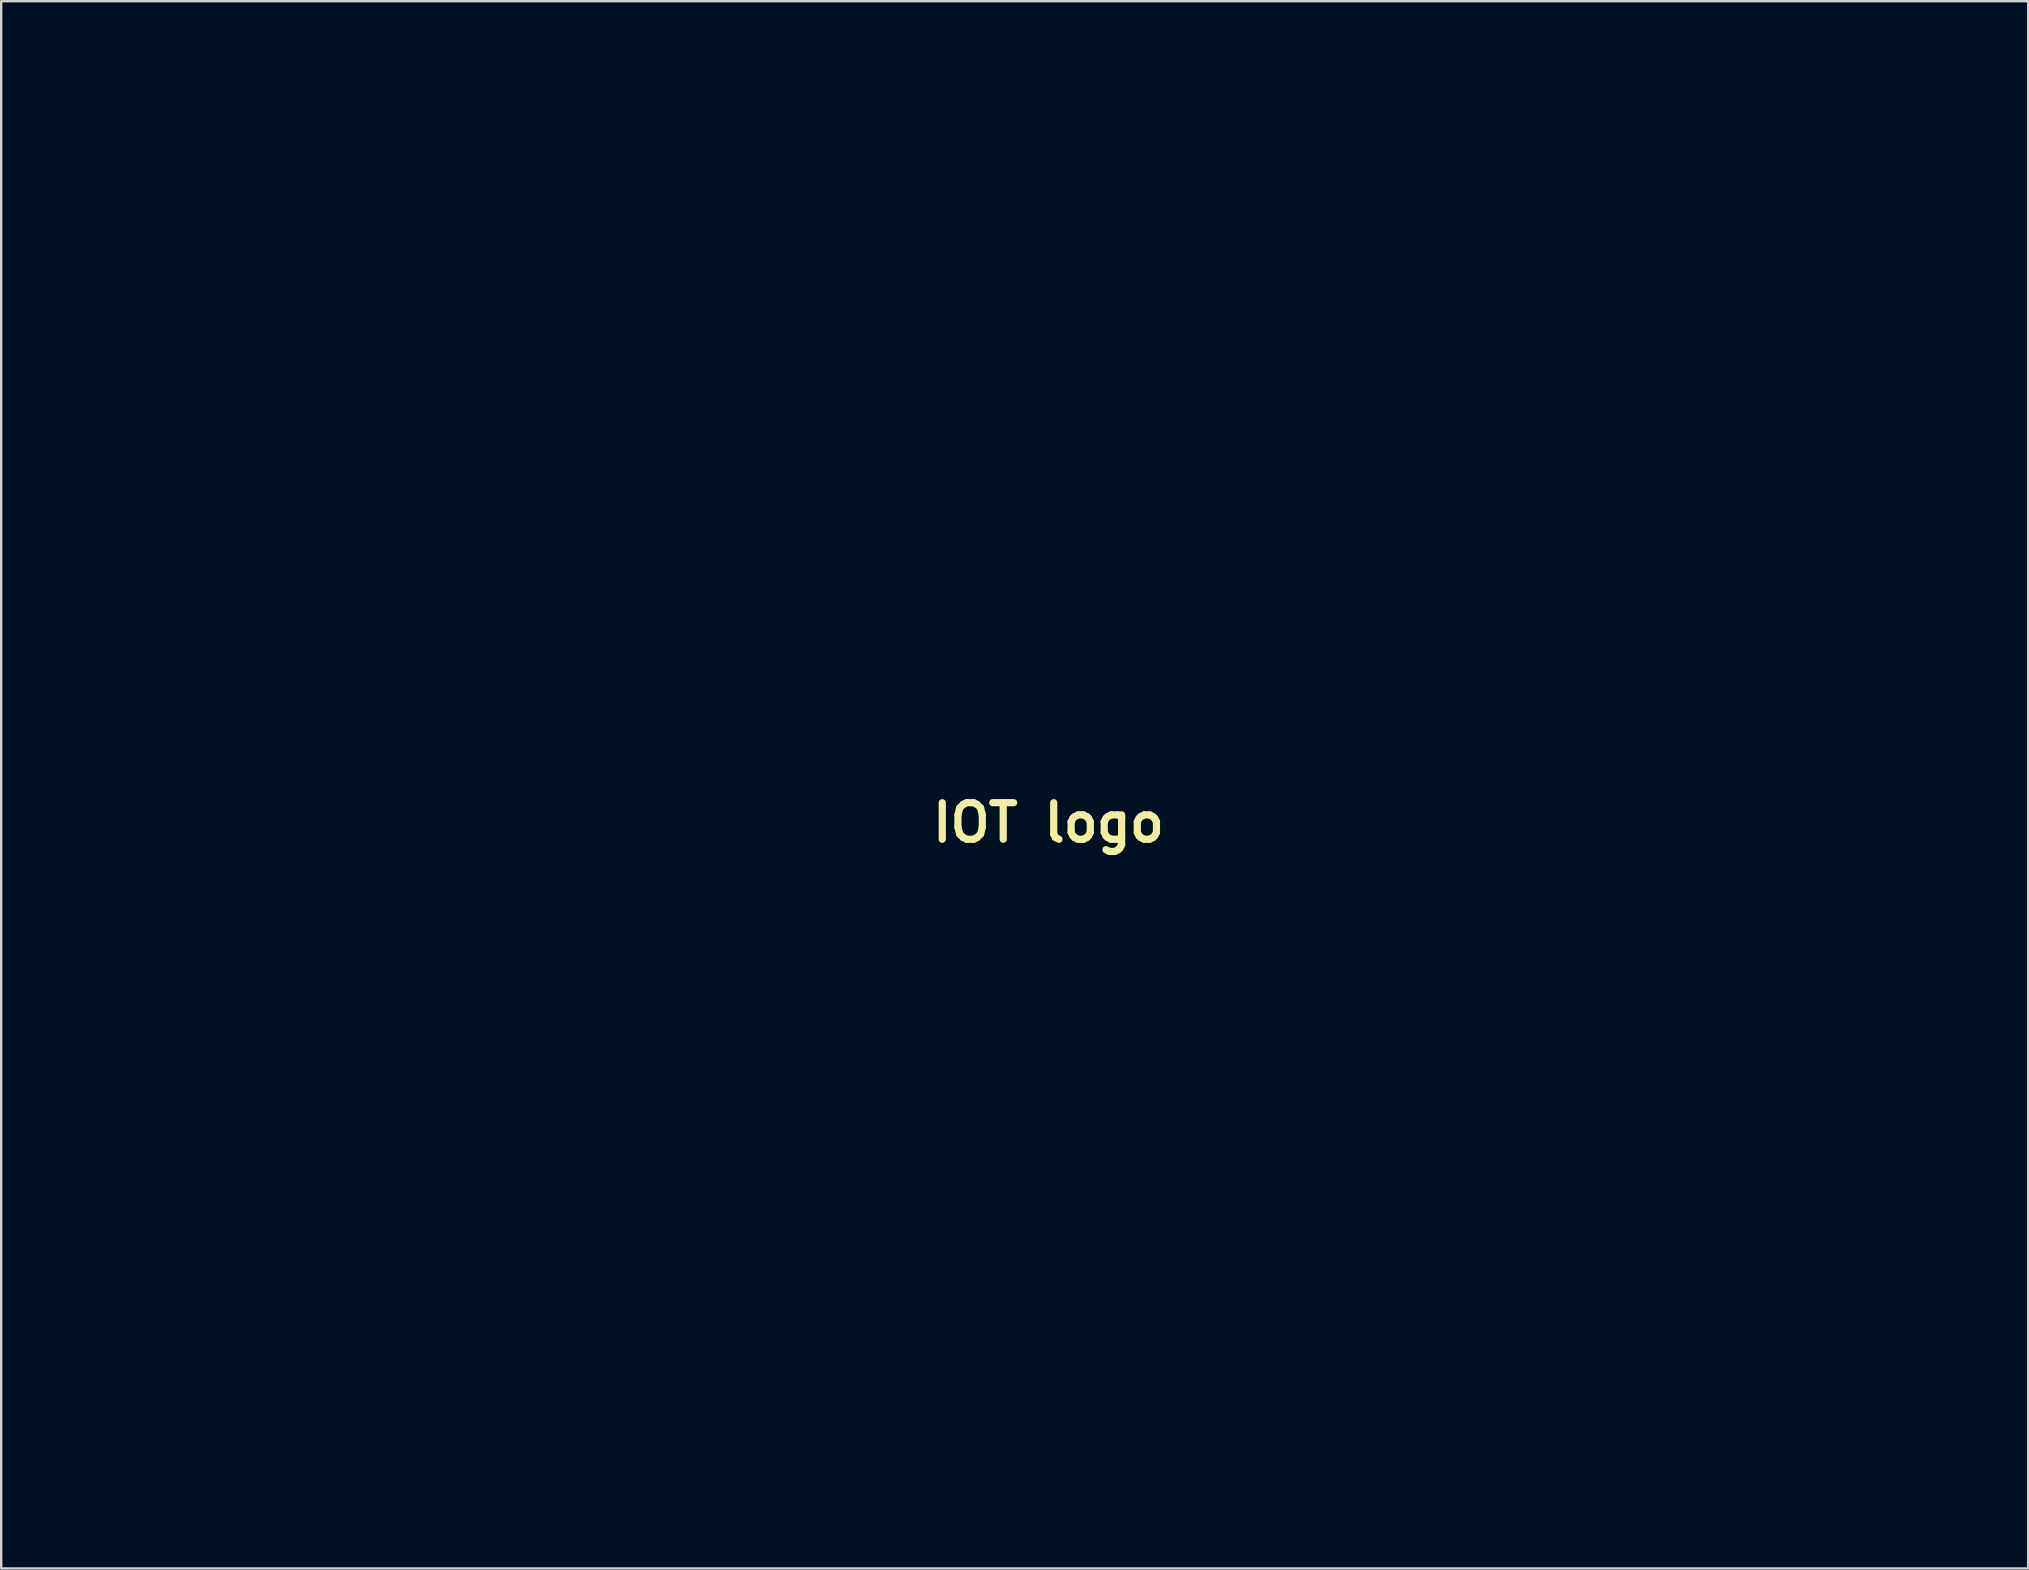
<source format=kicad_pcb>
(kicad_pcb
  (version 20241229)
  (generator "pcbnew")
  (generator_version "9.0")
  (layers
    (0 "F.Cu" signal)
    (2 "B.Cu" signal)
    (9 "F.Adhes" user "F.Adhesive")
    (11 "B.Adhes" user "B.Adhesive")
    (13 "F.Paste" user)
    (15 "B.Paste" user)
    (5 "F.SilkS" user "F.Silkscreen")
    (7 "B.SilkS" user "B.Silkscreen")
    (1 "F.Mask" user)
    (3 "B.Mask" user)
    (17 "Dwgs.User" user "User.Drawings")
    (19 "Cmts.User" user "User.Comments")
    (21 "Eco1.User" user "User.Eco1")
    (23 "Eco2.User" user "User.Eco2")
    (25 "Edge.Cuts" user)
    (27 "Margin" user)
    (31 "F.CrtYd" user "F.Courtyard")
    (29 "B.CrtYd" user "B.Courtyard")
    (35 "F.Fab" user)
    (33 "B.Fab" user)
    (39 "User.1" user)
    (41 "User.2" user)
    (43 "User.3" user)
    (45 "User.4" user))
  (footprint "IOT logo"
    (layer "F.Cu")
    (at 40.645 31.236)
    (property "Reference" "IOT logo" (at 0 0 0) (layer "F.SilkS") (effects (font (size 1.524 1.524) (thickness 0.3))))
    (attr through_hole)
    (fp_poly (pts (xy -4.342 23.463) (xy -3.863 23.65) (xy -3.81 23.729) (xy -3.913 23.932) (xy -4.433 24.038) (xy -5.214 24.063) (xy -6.122 24.026) (xy -6.562 23.903) (xy -6.617 23.729) (xy -6.282 23.509) (xy -5.522 23.402) (xy -5.214 23.395) (xy -4.342 23.463)) (stroke (width 0.01) (type solid)) (fill no) (layer "Eco2.User"))
    (fp_poly (pts (xy -38.016 16.154) (xy -37.681 16.319) (xy -37.262 16.8) (xy -37.193 17.445) (xy -37.476 18.019) (xy -37.681 18.172) (xy -38.197 18.409) (xy -38.53 18.347) (xy -38.883 18.028) (xy -39.224 17.536) (xy -39.303 17.245) (xy -39.14 16.824) (xy -38.778 16.35) (xy -38.407 16.059) (xy -38.331 16.042) (xy -38.016 16.154)) (stroke (width 0.01) (type solid)) (fill no) (layer "Eco2.User"))
    (fp_poly (pts (xy -38.015 19.547) (xy -37.866 19.693) (xy -37.773 20.039) (xy -37.723 20.671) (xy -37.703 21.675) (xy -37.699 22.994) (xy -37.703 24.413) (xy -37.726 25.382) (xy -37.779 25.987) (xy -37.876 26.313) (xy -38.031 26.446) (xy -38.234 26.469) (xy -38.452 26.44) (xy -38.601 26.295) (xy -38.694 25.948) (xy -38.744 25.316) (xy -38.765 24.312) (xy -38.768 22.994) (xy -38.764 21.575) (xy -38.742 20.605) (xy -38.688 20) (xy -38.591 19.674) (xy -38.437 19.542) (xy -38.234 19.518) (xy -38.015 19.547)) (stroke (width 0.01) (type solid)) (fill no) (layer "Eco2.User"))
    (fp_poly (pts (xy 6.852 19.646) (xy 8.167 20.046) (xy 9.065 20.738) (xy 9.576 21.743) (xy 9.727 22.994) (xy 9.556 24.313) (xy 9.023 25.299) (xy 8.101 25.973) (xy 6.76 26.356) (xy 5.093 26.469) (xy 2.941 26.469) (xy 2.941 20.32) (xy 4.011 20.32) (xy 4.011 25.667) (xy 5.361 25.667) (xy 6.318 25.591) (xy 7.174 25.397) (xy 7.448 25.286) (xy 8.216 24.623) (xy 8.713 23.678) (xy 8.823 22.994) (xy 8.589 21.892) (xy 7.918 21.056) (xy 6.856 20.521) (xy 5.448 20.321) (xy 5.361 20.32) (xy 4.011 20.32) (xy 2.941 20.32) (xy 2.941 19.518) (xy 5.093 19.518) (xy 6.852 19.646)) (stroke (width 0.01) (type solid)) (fill no) (layer "Eco2.User"))
    (fp_poly (pts (xy -13.656 19.529) (xy -12.789 19.571) (xy -12.287 19.656) (xy -12.066 19.794) (xy -12.032 19.919) (xy -12.189 20.183) (xy -12.724 20.304) (xy -13.235 20.32) (xy -14.438 20.32) (xy -14.438 23.395) (xy -14.444 24.716) (xy -14.471 25.593) (xy -14.536 26.116) (xy -14.655 26.376) (xy -14.842 26.463) (xy -14.973 26.469) (xy -15.202 26.437) (xy -15.355 26.279) (xy -15.446 25.905) (xy -15.491 25.224) (xy -15.506 24.146) (xy -15.507 23.395) (xy -15.507 20.32) (xy -16.711 20.32) (xy -17.504 20.268) (xy -17.865 20.089) (xy -17.914 19.919) (xy -17.83 19.739) (xy -17.521 19.621) (xy -16.903 19.553) (xy -15.892 19.523) (xy -14.973 19.518) (xy -13.656 19.529)) (stroke (width 0.01) (type solid)) (fill no) (layer "Eco2.User"))
    (fp_poly (pts (xy 23.279 -23.198) (xy 24.137 -22.672) (xy 24.994 -21.657) (xy 25.72 -20.387) (xy 26.199 -19.336) (xy 26.463 -18.474) (xy 26.57 -17.544) (xy 26.582 -16.582) (xy 26.517 -15.261) (xy 26.314 -14.215) (xy 25.922 -13.19) (xy 25.879 -13.096) (xy 25.064 -11.631) (xy 24.213 -10.605) (xy 23.359 -10.039) (xy 22.536 -9.953) (xy 21.776 -10.368) (xy 21.667 -10.478) (xy 21.256 -11.06) (xy 21.174 -11.662) (xy 21.436 -12.404) (xy 22.049 -13.392) (xy 22.593 -14.302) (xy 23.008 -15.213) (xy 23.159 -15.715) (xy 23.175 -17.044) (xy 22.804 -18.496) (xy 22.098 -19.887) (xy 21.913 -20.153) (xy 21.33 -21.082) (xy 21.158 -21.796) (xy 21.384 -22.408) (xy 21.657 -22.726) (xy 22.445 -23.22) (xy 23.279 -23.198)) (stroke (width 0.01) (type solid)) (fill no) (layer "Eco2.User"))
    (fp_poly (pts (xy 27.046 -27.18) (xy 27.851 -26.7) (xy 28.454 -26.13) (xy 29.979 -24.162) (xy 31.089 -21.936) (xy 31.785 -19.533) (xy 32.064 -17.035) (xy 31.927 -14.522) (xy 31.372 -12.076) (xy 30.399 -9.778) (xy 29.007 -7.708) (xy 28.635 -7.281) (xy 27.681 -6.469) (xy 26.767 -6.13) (xy 25.945 -6.278) (xy 25.553 -6.57) (xy 25.163 -7.303) (xy 25.253 -8.207) (xy 25.814 -9.233) (xy 26.076 -9.562) (xy 26.728 -10.444) (xy 27.391 -11.529) (xy 27.747 -12.217) (xy 28.076 -12.973) (xy 28.289 -13.653) (xy 28.409 -14.413) (xy 28.463 -15.406) (xy 28.475 -16.711) (xy 28.462 -18.061) (xy 28.409 -19.026) (xy 28.289 -19.758) (xy 28.078 -20.407) (xy 27.752 -21.122) (xy 27.747 -21.132) (xy 27.163 -22.174) (xy 26.466 -23.217) (xy 26.076 -23.715) (xy 25.362 -24.774) (xy 25.159 -25.697) (xy 25.463 -26.502) (xy 25.667 -26.737) (xy 26.339 -27.188) (xy 27.046 -27.18)) (stroke (width 0.01) (type solid)) (fill no) (layer "Eco2.User"))
    (fp_poly (pts (xy 31.259 -31.202) (xy 32.157 -30.656) (xy 32.673 -30.155) (xy 34.629 -27.646) (xy 36.186 -24.808) (xy 37.31 -21.7) (xy 37.335 -21.612) (xy 37.613 -20.152) (xy 37.776 -18.352) (xy 37.822 -16.396) (xy 37.75 -14.465) (xy 37.561 -12.743) (xy 37.359 -11.764) (xy 36.694 -9.777) (xy 35.77 -7.731) (xy 34.679 -5.797) (xy 33.511 -4.143) (xy 32.941 -3.49) (xy 31.988 -2.561) (xy 31.248 -2.046) (xy 30.636 -1.916) (xy 30.066 -2.141) (xy 29.728 -2.417) (xy 29.27 -3.024) (xy 29.194 -3.694) (xy 29.518 -4.505) (xy 30.258 -5.532) (xy 30.478 -5.794) (xy 32.182 -8.176) (xy 33.415 -10.75) (xy 34.177 -13.457) (xy 34.468 -16.235) (xy 34.288 -19.025) (xy 33.637 -21.765) (xy 32.515 -24.397) (xy 30.921 -26.859) (xy 30.459 -27.43) (xy 29.639 -28.509) (xy 29.233 -29.353) (xy 29.223 -30.042) (xy 29.59 -30.656) (xy 29.678 -30.747) (xy 30.439 -31.231) (xy 31.259 -31.202)) (stroke (width 0.01) (type solid)) (fill no) (layer "Eco2.User"))
    (fp_poly (pts (xy -26.365 19.487) (xy -25.135 20.042) (xy -24.355 20.734) (xy -23.816 21.46) (xy -23.576 22.181) (xy -23.528 22.994) (xy -23.599 23.934) (xy -23.88 24.637) (xy -24.353 25.251) (xy -25.116 25.923) (xy -25.968 26.398) (xy -26.157 26.461) (xy -26.924 26.653) (xy -27.472 26.688) (xy -28.093 26.563) (xy -28.485 26.452) (xy -29.2 26.101) (xy -29.944 25.532) (xy -30.089 25.39) (xy -30.551 24.836) (xy -30.789 24.28) (xy -30.874 23.509) (xy -30.88 23.083) (xy -29.979 23.083) (xy -29.759 24.074) (xy -29.182 24.912) (xy -28.299 25.481) (xy -27.272 25.667) (xy -26.36 25.555) (xy -25.642 25.132) (xy -25.379 24.886) (xy -24.746 23.934) (xy -24.564 22.905) (xy -24.785 21.914) (xy -25.361 21.076) (xy -26.244 20.507) (xy -27.272 20.32) (xy -28.183 20.433) (xy -28.901 20.856) (xy -29.164 21.102) (xy -29.797 22.053) (xy -29.979 23.083) (xy -30.88 23.083) (xy -30.881 22.994) (xy -30.845 22.041) (xy -30.69 21.407) (xy -30.345 20.879) (xy -30.092 20.601) (xy -28.956 19.763) (xy -27.676 19.393) (xy -26.365 19.487)) (stroke (width 0.01) (type solid)) (fill no) (layer "Eco2.User"))
    (fp_poly (pts (xy 19.457 19.725) (xy 19.866 20.315) (xy 20.338 21.273) (xy 20.353 21.304) (xy 20.907 22.523) (xy 21.509 23.845) (xy 21.943 24.798) (xy 22.332 25.677) (xy 22.507 26.178) (xy 22.481 26.407) (xy 22.272 26.468) (xy 22.187 26.469) (xy 21.687 26.235) (xy 21.256 25.667) (xy 21.008 25.246) (xy 20.716 25.006) (xy 20.235 24.896) (xy 19.42 24.866) (xy 18.983 24.865) (xy 18 24.878) (xy 17.406 24.951) (xy 17.058 25.134) (xy 16.811 25.479) (xy 16.711 25.667) (xy 16.268 26.243) (xy 15.79 26.469) (xy 15.613 26.416) (xy 15.567 26.209) (xy 15.674 25.778) (xy 15.956 25.051) (xy 16.435 23.957) (xy 16.492 23.831) (xy 17.646 23.831) (xy 17.887 23.964) (xy 18.502 24.048) (xy 18.983 24.063) (xy 19.777 24.011) (xy 20.248 23.875) (xy 20.32 23.779) (xy 20.218 23.343) (xy 19.964 22.67) (xy 19.634 21.926) (xy 19.304 21.279) (xy 19.051 20.896) (xy 18.986 20.855) (xy 18.797 21.078) (xy 18.497 21.636) (xy 18.16 22.363) (xy 17.861 23.092) (xy 17.674 23.659) (xy 17.646 23.831) (xy 16.492 23.831) (xy 16.842 23.061) (xy 17.584 21.484) (xy 18.173 20.384) (xy 18.653 19.738) (xy 19.067 19.526) (xy 19.457 19.725)) (stroke (width 0.01) (type solid)) (fill no) (layer "Eco2.User"))
    (fp_poly (pts (xy 33.449 19.635) (xy 34.507 20.232) (xy 35.265 21.11) (xy 35.695 22.171) (xy 35.774 23.321) (xy 35.475 24.464) (xy 34.773 25.503) (xy 33.912 26.189) (xy 33.062 26.707) (xy 33.796 27.041) (xy 34.446 27.24) (xy 34.968 27.099) (xy 35.056 27.047) (xy 35.618 26.858) (xy 36.012 27.001) (xy 36.095 27.244) (xy 35.869 27.507) (xy 35.329 27.794) (xy 34.685 28.012) (xy 34.251 28.074) (xy 33.763 27.93) (xy 33.046 27.562) (xy 32.592 27.276) (xy 31.861 26.823) (xy 31.271 26.532) (xy 31.056 26.474) (xy 30.376 26.268) (xy 29.606 25.763) (xy 28.949 25.104) (xy 28.778 24.855) (xy 28.43 23.839) (xy 28.386 22.96) (xy 29.289 22.96) (xy 29.468 23.935) (xy 30.004 24.784) (xy 30.848 25.397) (xy 31.956 25.664) (xy 32.109 25.667) (xy 33.017 25.548) (xy 33.745 25.104) (xy 33.976 24.886) (xy 34.539 24.163) (xy 34.746 23.355) (xy 34.758 22.994) (xy 34.534 21.865) (xy 33.936 21.009) (xy 33.074 20.472) (xy 32.059 20.3) (xy 31 20.54) (xy 30.18 21.073) (xy 29.511 21.969) (xy 29.289 22.96) (xy 28.386 22.96) (xy 28.37 22.637) (xy 28.599 21.512) (xy 28.778 21.133) (xy 29.634 20.188) (xy 30.827 19.598) (xy 32.114 19.415) (xy 33.449 19.635)) (stroke (width 0.01) (type solid)) (fill no) (layer "Eco2.User"))
    (fp_poly (pts (xy -37.914 -26.423) (xy -37.662 -26.367) (xy -37.487 -26.224) (xy -37.374 -25.905) (xy -37.304 -25.323) (xy -37.26 -24.39) (xy -37.226 -23.018) (xy -37.223 -22.886) (xy -37.188 -21.468) (xy -37.141 -20.476) (xy -37.06 -19.8) (xy -36.923 -19.332) (xy -36.71 -18.962) (xy -36.397 -18.581) (xy -36.354 -18.532) (xy -35.864 -17.852) (xy -35.585 -17.228) (xy -35.56 -17.059) (xy -35.42 -16.517) (xy -35.063 -15.751) (xy -34.778 -15.263) (xy -34.056 -13.945) (xy -33.28 -12.195) (xy -32.489 -10.104) (xy -31.721 -7.769) (xy -31.695 -7.683) (xy -30.982 -5.347) (xy -18.738 -5.347) (xy -18.674 -5.562) (xy -16.309 -5.562) (xy -16.055 -5.498) (xy -15.346 -5.441) (xy -14.26 -5.395) (xy -12.877 -5.363) (xy -11.276 -5.348) (xy -10.85 -5.347) (xy -5.391 -5.347) (xy -6.063 -7.553) (xy -6.935 -10.169) (xy -7.797 -12.256) (xy -8.653 -13.821) (xy -9.509 -14.867) (xy -10.369 -15.403) (xy -11.237 -15.432) (xy -12.083 -14.99) (xy -12.732 -14.269) (xy -13.453 -13.101) (xy -14.207 -11.561) (xy -14.956 -9.727) (xy -15.395 -8.493) (xy -15.77 -7.361) (xy -16.07 -6.418) (xy -16.26 -5.778) (xy -16.309 -5.562) (xy -18.674 -5.562) (xy -18.172 -7.25) (xy -17.27 -9.994) (xy -16.318 -12.363) (xy -15.333 -14.32) (xy -14.336 -15.829) (xy -13.346 -16.852) (xy -13.036 -17.069) (xy -11.804 -17.542) (xy -10.42 -17.613) (xy -9.089 -17.277) (xy -8.822 -17.148) (xy -7.846 -16.37) (xy -6.864 -15.096) (xy -5.895 -13.365) (xy -4.96 -11.216) (xy -4.08 -8.688) (xy -3.739 -7.548) (xy -3.106 -5.338) (xy 2.884 -5.409) (xy 8.873 -5.481) (xy 9.886 -8.568) (xy 10.377 -9.984) (xy 10.914 -11.408) (xy 11.426 -12.655) (xy 11.76 -13.381) (xy 12.319 -14.358) (xy 13.006 -15.348) (xy 13.732 -16.244) (xy 14.406 -16.941) (xy 14.94 -17.331) (xy 15.115 -17.379) (xy 15.483 -17.559) (xy 15.991 -18.001) (xy 16.062 -18.076) (xy 17.006 -18.849) (xy 17.972 -19.12) (xy 18.893 -18.969) (xy 19.818 -18.42) (xy 20.379 -17.588) (xy 20.546 -16.608) (xy 20.289 -15.616) (xy 19.806 -14.952) (xy 18.838 -14.314) (xy 17.776 -14.181) (xy 16.72 -14.559) (xy 16.441 -14.754) (xy 15.699 -15.338) (xy 15.18 -14.698) (xy 14.477 -13.711) (xy 13.82 -12.52) (xy 13.163 -11.024) (xy 12.456 -9.123) (xy 12.318 -8.727) (xy 11.905 -7.516) (xy 11.564 -6.501) (xy 11.328 -5.782) (xy 11.23 -5.458) (xy 11.229 -5.451) (xy 11.478 -5.409) (xy 12.152 -5.374) (xy 13.139 -5.353) (xy 14.037 -5.347) (xy 15.325 -5.336) (xy 16.194 -5.289) (xy 16.76 -5.188) (xy 17.138 -5.014) (xy 17.399 -4.793) (xy 17.765 -4.347) (xy 17.752 -3.974) (xy 17.567 -3.657) (xy 17.368 -3.413) (xy 17.086 -3.245) (xy 16.623 -3.135) (xy 15.882 -3.067) (xy 14.765 -3.023) (xy 13.838 -3) (xy 10.494 -2.926) (xy 9.639 -0.193) (xy 8.953 1.806) (xy 8.186 3.704) (xy 7.384 5.408) (xy 6.592 6.826) (xy 5.856 7.866) (xy 5.501 8.235) (xy 4.247 9.068) (xy 2.954 9.433) (xy 1.805 9.334) (xy 0.794 8.892) (xy -0.129 8.149) (xy -0.99 7.06) (xy -1.815 5.585) (xy -2.63 3.682) (xy -3.458 1.309) (xy -3.866 0) (xy -4.665 -2.648) (xy -2.311 -2.648) (xy -2.306 -2.492) (xy -2.301 -2.473) (xy -1.505 0.071) (xy -0.801 2.14) (xy -0.168 3.78) (xy 0.412 5.038) (xy 0.96 5.962) (xy 1.438 6.542) (xy 2.238 7.106) (xy 3.025 7.154) (xy 3.84 6.682) (xy 4.288 6.231) (xy 4.9 5.402) (xy 5.514 4.365) (xy 5.811 3.762) (xy 6.128 2.986) (xy 6.515 1.953) (xy 6.93 0.789) (xy 7.33 -0.385) (xy 7.673 -1.441) (xy 7.918 -2.258) (xy 8.02 -2.71) (xy 8.021 -2.73) (xy 7.767 -2.795) (xy 7.06 -2.851) (xy 5.979 -2.897) (xy 4.606 -2.928) (xy 3.023 -2.941) (xy 2.789 -2.941) (xy 0.993 -2.938) (xy -0.335 -2.925) (xy -1.263 -2.895) (xy -1.857 -2.844) (xy -2.184 -2.763) (xy -2.311 -2.648) (xy -4.665 -2.648) (xy -4.713 -2.807) (xy -10.9 -2.879) (xy -17.086 -2.951) (xy -17.658 -1.008) (xy -18.63 1.996) (xy -19.623 4.476) (xy -20.646 6.443) (xy -21.708 7.907) (xy -22.816 8.88) (xy -23.98 9.373) (xy -25.207 9.395) (xy -25.601 9.308) (xy -26.603 8.873) (xy -27.546 8.108) (xy -28.453 6.976) (xy -29.351 5.438) (xy -30.264 3.455) (xy -31.218 0.989) (xy -31.427 0.401) (xy -32.557 -2.807) (xy -34.857 -2.885) (xy -36.54 -2.941) (xy -30.249 -2.941) (xy -30.067 -2.339) (xy -29.788 -1.497) (xy -29.382 -0.366) (xy -28.904 0.909) (xy -28.412 2.18) (xy -27.961 3.3) (xy -27.607 4.122) (xy -27.505 4.337) (xy -26.831 5.454) (xy -26.072 6.373) (xy -25.324 6.994) (xy -24.692 7.219) (xy -24.048 7.035) (xy -23.41 6.59) (xy -23.404 6.584) (xy -22.911 5.97) (xy -22.365 5.116) (xy -22.106 4.639) (xy -21.811 3.98) (xy -21.425 3.008) (xy -20.988 1.842) (xy -20.544 0.6) (xy -20.133 -0.597) (xy -19.797 -1.633) (xy -19.58 -2.386) (xy -19.518 -2.711) (xy -19.772 -2.781) (xy -20.481 -2.842) (xy -21.565 -2.891) (xy -22.943 -2.925) (xy -24.537 -2.941) (xy -24.883 -2.941) (xy -30.249 -2.941) (xy -36.54 -2.941) (xy -37.157 -2.962) (xy -37.227 5.404) (xy -37.298 13.769) (xy -37.968 13.848) (xy -38.611 13.785) (xy -38.971 13.594) (xy -39.048 13.398) (xy -39.113 12.953) (xy -39.167 12.224) (xy -39.211 11.177) (xy -39.245 9.777) (xy -39.271 7.99) (xy -39.288 5.779) (xy -39.299 3.112) (xy -39.303 -0.047) (xy -39.303 -0.856) (xy -39.308 -4.204) (xy -39.322 -7.133) (xy -39.346 -9.626) (xy -39.35 -9.893) (xy -37.164 -9.893) (xy -37.164 -5.347) (xy -35.293 -5.347) (xy -34.37 -5.375) (xy -33.702 -5.449) (xy -33.423 -5.554) (xy -33.421 -5.562) (xy -33.51 -5.964) (xy -33.75 -6.749) (xy -34.1 -7.802) (xy -34.519 -9.007) (xy -34.967 -10.248) (xy -35.403 -11.409) (xy -35.786 -12.375) (xy -35.972 -12.81) (xy -36.373 -13.633) (xy -36.72 -14.219) (xy -36.933 -14.438) (xy -37.009 -14.185) (xy -37.074 -13.484) (xy -37.125 -12.422) (xy -37.156 -11.086) (xy -37.164 -9.893) (xy -39.35 -9.893) (xy -39.379 -11.665) (xy -39.42 -13.232) (xy -39.469 -14.31) (xy -39.526 -14.881) (xy -39.564 -14.973) (xy -39.869 -15.198) (xy -40.216 -15.746) (xy -40.506 -16.423) (xy -40.639 -17.036) (xy -40.64 -17.078) (xy -40.474 -17.621) (xy -40.066 -18.282) (xy -39.972 -18.4) (xy -39.693 -18.761) (xy -39.504 -19.134) (xy -39.389 -19.627) (xy -39.329 -20.352) (xy -39.306 -21.417) (xy -39.303 -22.532) (xy -39.285 -24.096) (xy -39.212 -25.199) (xy -39.06 -25.911) (xy -38.802 -26.303) (xy -38.414 -26.448) (xy -37.914 -26.423)) (stroke (width 0.01) (type solid)) (fill no) (layer "Eco2.User")))
  (gr_rect
    (start -3 -3)
    (end 81.472 62.315)
    (stroke (width 0.1) (type default))
    (fill no)
    (layer "Edge.Cuts")))
</source>
